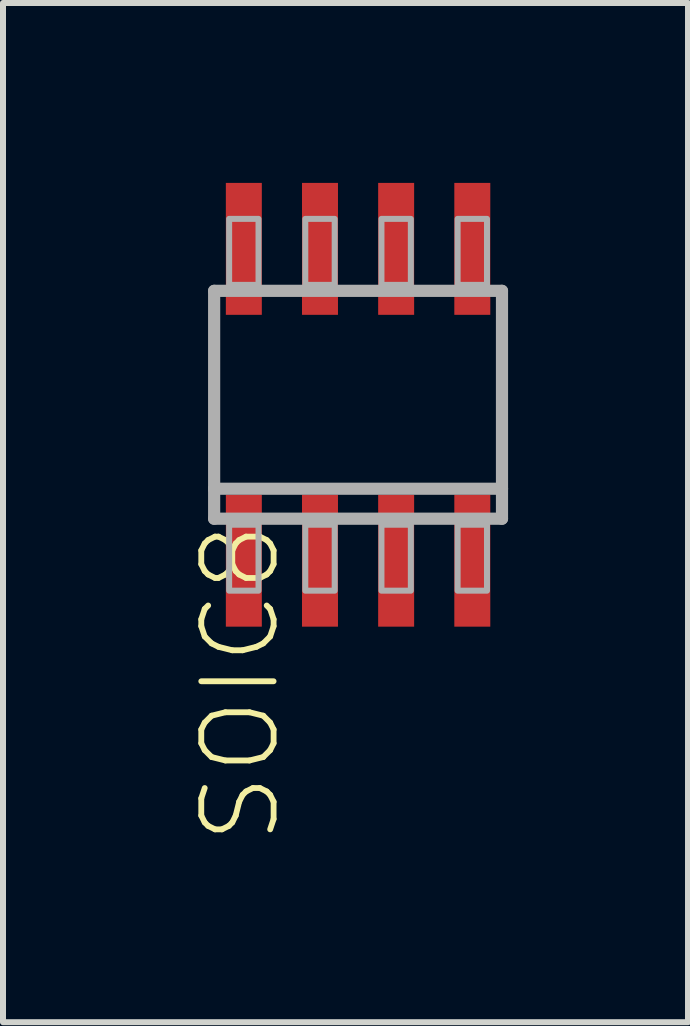
<source format=kicad_pcb>
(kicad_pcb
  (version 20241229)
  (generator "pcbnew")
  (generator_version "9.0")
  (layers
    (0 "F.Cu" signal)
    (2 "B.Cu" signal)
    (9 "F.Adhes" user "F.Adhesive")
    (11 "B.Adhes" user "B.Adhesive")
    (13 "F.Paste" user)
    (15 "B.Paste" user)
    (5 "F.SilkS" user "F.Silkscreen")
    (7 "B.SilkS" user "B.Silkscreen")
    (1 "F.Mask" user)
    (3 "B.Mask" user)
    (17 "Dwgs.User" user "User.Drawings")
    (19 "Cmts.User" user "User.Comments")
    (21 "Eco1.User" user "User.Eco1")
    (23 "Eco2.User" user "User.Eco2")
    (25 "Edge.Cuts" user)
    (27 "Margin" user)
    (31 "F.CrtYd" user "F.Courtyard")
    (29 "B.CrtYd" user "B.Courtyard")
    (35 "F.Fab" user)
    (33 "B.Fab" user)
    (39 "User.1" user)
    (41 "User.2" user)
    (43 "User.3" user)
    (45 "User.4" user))
  (footprint "SOIC8"
    (layer "F.Cu")
    (at 2.921 3.7)
    (property "Reference" "SOIC8" (at -2.667 1.905 270) (layer "F.SilkS") (effects (font (size 1.206 1.206) (thickness 0.097)) (justify right top)))
    (attr through_hole)
    (fp_line (start -2.4 -1.9) (end 2.4 -1.9) (stroke (width 0.203) (type solid)) (layer "F.Fab"))
    (fp_line (start -2.4 1.4) (end -2.4 -1.9) (stroke (width 0.203) (type solid)) (layer "F.Fab"))
    (fp_line (start -2.4 1.9) (end -2.4 1.4) (stroke (width 0.203) (type solid)) (layer "F.Fab"))
    (fp_line (start 2.4 -1.9) (end 2.4 1.4) (stroke (width 0.203) (type solid)) (layer "F.Fab"))
    (fp_line (start 2.4 1.4) (end -2.4 1.4) (stroke (width 0.203) (type solid)) (layer "F.Fab"))
    (fp_line (start 2.4 1.4) (end 2.4 1.9) (stroke (width 0.203) (type solid)) (layer "F.Fab"))
    (fp_line (start 2.4 1.9) (end -2.4 1.9) (stroke (width 0.203) (type solid)) (layer "F.Fab"))
    (fp_poly (pts (xy -2.15 -2) (xy -1.66 -2) (xy -1.66 -3.1) (xy -2.15 -3.1)) (stroke (width 0.1) (type solid)) (fill no) (layer "F.Fab"))
    (fp_poly (pts (xy -2.15 3.1) (xy -1.66 3.1) (xy -1.66 2) (xy -2.15 2)) (stroke (width 0.1) (type solid)) (fill no) (layer "F.Fab"))
    (fp_poly (pts (xy -0.88 -2) (xy -0.39 -2) (xy -0.39 -3.1) (xy -0.88 -3.1)) (stroke (width 0.1) (type solid)) (fill no) (layer "F.Fab"))
    (fp_poly (pts (xy -0.88 3.1) (xy -0.39 3.1) (xy -0.39 2) (xy -0.88 2)) (stroke (width 0.1) (type solid)) (fill no) (layer "F.Fab"))
    (fp_poly (pts (xy 0.39 -2) (xy 0.88 -2) (xy 0.88 -3.1) (xy 0.39 -3.1)) (stroke (width 0.1) (type solid)) (fill no) (layer "F.Fab"))
    (fp_poly (pts (xy 0.39 3.1) (xy 0.88 3.1) (xy 0.88 2) (xy 0.39 2)) (stroke (width 0.1) (type solid)) (fill no) (layer "F.Fab"))
    (fp_poly (pts (xy 1.66 -2) (xy 2.15 -2) (xy 2.15 -3.1) (xy 1.66 -3.1)) (stroke (width 0.1) (type solid)) (fill no) (layer "F.Fab"))
    (fp_poly (pts (xy 1.66 3.1) (xy 2.15 3.1) (xy 2.15 2) (xy 1.66 2)) (stroke (width 0.1) (type solid)) (fill no) (layer "F.Fab"))
    (pad "1" smd rect (at -1.905 2.6) (size 0.6 2.2) (layers "F.Cu" "F.Mask" "F.Paste"))
    (pad "2" smd rect (at -0.635 2.6) (size 0.6 2.2) (layers "F.Cu" "F.Mask" "F.Paste"))
    (pad "3" smd rect (at 0.635 2.6) (size 0.6 2.2) (layers "F.Cu" "F.Mask" "F.Paste"))
    (pad "4" smd rect (at 1.905 2.6) (size 0.6 2.2) (layers "F.Cu" "F.Mask" "F.Paste"))
    (pad "5" smd rect (at 1.905 -2.6) (size 0.6 2.2) (layers "F.Cu" "F.Mask" "F.Paste"))
    (pad "6" smd rect (at 0.635 -2.6) (size 0.6 2.2) (layers "F.Cu" "F.Mask" "F.Paste"))
    (pad "7" smd rect (at -0.635 -2.6) (size 0.6 2.2) (layers "F.Cu" "F.Mask" "F.Paste"))
    (pad "8" smd rect (at -1.905 -2.6) (size 0.6 2.2) (layers "F.Cu" "F.Mask" "F.Paste")))
  (gr_rect
    (start -3 -3)
    (end 8.423 13.996)
    (stroke (width 0.1) (type default))
    (fill no)
    (layer "Edge.Cuts")))
</source>
